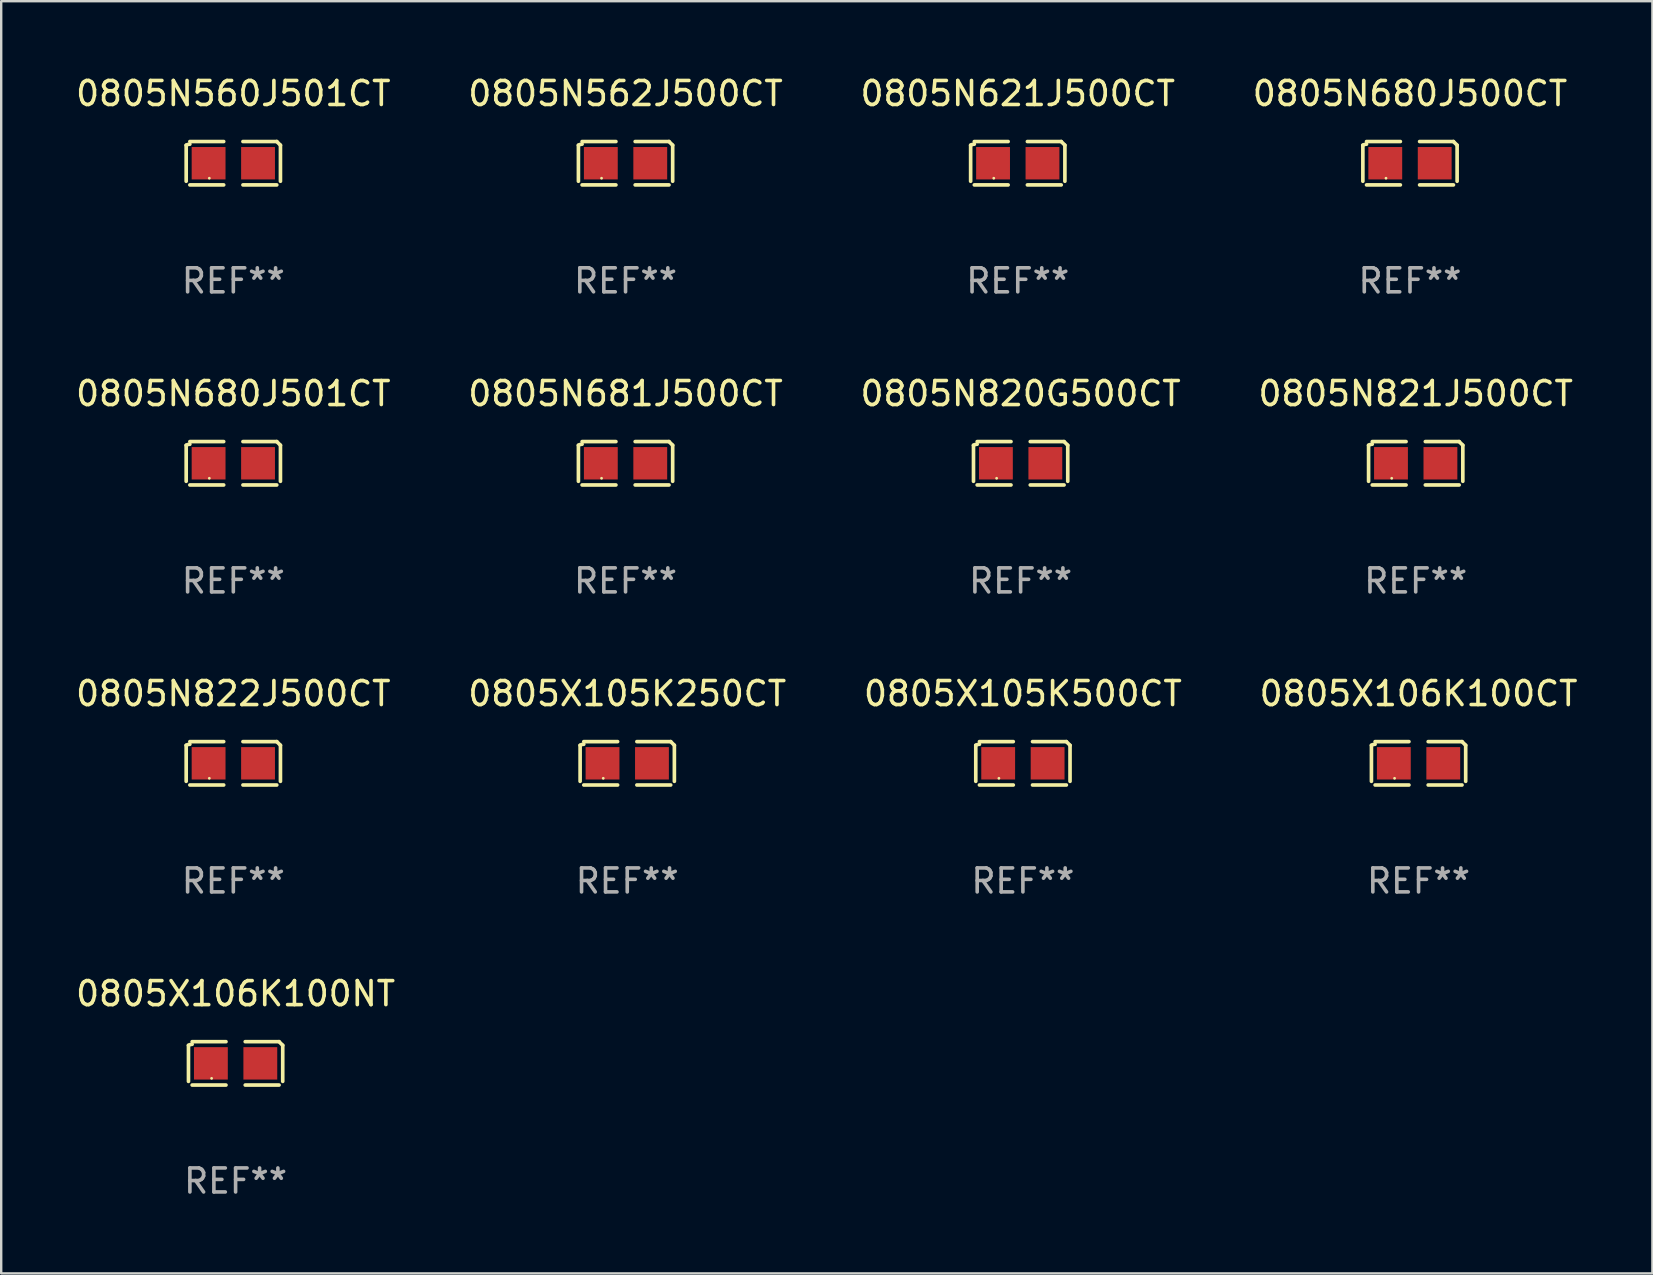
<source format=kicad_pcb>
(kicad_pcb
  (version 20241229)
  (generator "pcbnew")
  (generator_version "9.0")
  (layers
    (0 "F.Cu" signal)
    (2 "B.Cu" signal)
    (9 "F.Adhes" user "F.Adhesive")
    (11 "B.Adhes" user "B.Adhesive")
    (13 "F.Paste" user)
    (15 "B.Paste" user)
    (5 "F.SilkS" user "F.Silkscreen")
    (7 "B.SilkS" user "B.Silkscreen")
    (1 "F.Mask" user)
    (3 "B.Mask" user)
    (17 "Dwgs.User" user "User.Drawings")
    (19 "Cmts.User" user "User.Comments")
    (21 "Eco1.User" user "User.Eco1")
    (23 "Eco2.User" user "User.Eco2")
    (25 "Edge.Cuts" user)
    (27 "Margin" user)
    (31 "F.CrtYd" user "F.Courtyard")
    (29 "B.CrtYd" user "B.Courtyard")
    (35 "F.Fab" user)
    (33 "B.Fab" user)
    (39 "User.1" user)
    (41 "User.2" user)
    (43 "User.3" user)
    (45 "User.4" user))
  (footprint "0805N820G500CT"
    (layer "F.Cu")
    (at 39.482 16.256)
    (property "Reference" "0805N820G500CT" (at 0 -2.904 0) (layer "F.SilkS") (effects (font (size 1 1) (thickness 0.15))))
    (attr through_hole)
    (fp_line (start -1.964 0.751) (end -1.964 -0.751) (stroke (width 0.152) (type solid)) (layer "F.SilkS"))
    (fp_line (start -1.811 -0.904) (end -0.401 -0.904) (stroke (width 0.152) (type solid)) (layer "F.SilkS"))
    (fp_line (start -0.401 0.904) (end -1.811 0.904) (stroke (width 0.152) (type solid)) (layer "F.SilkS"))
    (fp_line (start 0.401 0.904) (end 1.811 0.904) (stroke (width 0.152) (type solid)) (layer "F.SilkS"))
    (fp_line (start 1.811 -0.904) (end 0.401 -0.904) (stroke (width 0.152) (type solid)) (layer "F.SilkS"))
    (fp_line (start 1.964 0.751) (end 1.964 -0.751) (stroke (width 0.152) (type solid)) (layer "F.SilkS"))
    (fp_arc (start -1.963602 -0.751207) (mid -1.890354 -0.783131) (end -1.811201 -0.794044) (stroke (width 0.1524) (type solid)) (layer "F.SilkS"))
    (fp_arc (start 1.811202 -0.903607) (mid 1.887413 -0.827418) (end 1.963602 -0.751207) (stroke (width 0.1524) (type solid)) (layer "F.SilkS"))
    (fp_circle (center -1 0.625) (end -0.97 0.625) (stroke (width 0.06) (type solid)) (fill no) (layer "F.SilkS"))
    (fp_text user "REF**" (at 0 4.904 0) (layer "F.Fab") (effects (font (size 1 1) (thickness 0.15))))
    (pad "1" smd rect (at -1.03 0) (size 1.41 1.35) (layers "F.Cu" "F.Mask" "F.Paste"))
    (pad "2" smd rect (at 1.03 0) (size 1.41 1.35) (layers "F.Cu" "F.Mask" "F.Paste")))
  (footprint "0805X105K250CT"
    (layer "F.Cu")
    (at 23.089 28.759)
    (property "Reference" "0805X105K250CT" (at 0 -2.904 0) (layer "F.SilkS") (effects (font (size 1 1) (thickness 0.15))))
    (attr through_hole)
    (fp_line (start -1.964 0.751) (end -1.964 -0.751) (stroke (width 0.152) (type solid)) (layer "F.SilkS"))
    (fp_line (start -1.811 -0.904) (end -0.401 -0.904) (stroke (width 0.152) (type solid)) (layer "F.SilkS"))
    (fp_line (start -0.401 0.904) (end -1.811 0.904) (stroke (width 0.152) (type solid)) (layer "F.SilkS"))
    (fp_line (start 0.401 0.904) (end 1.811 0.904) (stroke (width 0.152) (type solid)) (layer "F.SilkS"))
    (fp_line (start 1.811 -0.904) (end 0.401 -0.904) (stroke (width 0.152) (type solid)) (layer "F.SilkS"))
    (fp_line (start 1.964 0.751) (end 1.964 -0.751) (stroke (width 0.152) (type solid)) (layer "F.SilkS"))
    (fp_arc (start -1.963602 -0.751207) (mid -1.890354 -0.783131) (end -1.811201 -0.794044) (stroke (width 0.1524) (type solid)) (layer "F.SilkS"))
    (fp_arc (start 1.811202 -0.903607) (mid 1.887413 -0.827418) (end 1.963602 -0.751207) (stroke (width 0.1524) (type solid)) (layer "F.SilkS"))
    (fp_circle (center -1 0.625) (end -0.97 0.625) (stroke (width 0.06) (type solid)) (fill no) (layer "F.SilkS"))
    (fp_text user "REF**" (at 0 4.904 0) (layer "F.Fab") (effects (font (size 1 1) (thickness 0.15))))
    (pad "1" smd rect (at -1.03 0) (size 1.41 1.35) (layers "F.Cu" "F.Mask" "F.Paste"))
    (pad "2" smd rect (at 1.03 0) (size 1.41 1.35) (layers "F.Cu" "F.Mask" "F.Paste")))
  (footprint "0805N821J500CT"
    (layer "F.Cu")
    (at 55.946 16.256)
    (property "Reference" "0805N821J500CT" (at 0 -2.904 0) (layer "F.SilkS") (effects (font (size 1 1) (thickness 0.15))))
    (attr through_hole)
    (fp_line (start -1.964 0.751) (end -1.964 -0.751) (stroke (width 0.152) (type solid)) (layer "F.SilkS"))
    (fp_line (start -1.811 -0.904) (end -0.401 -0.904) (stroke (width 0.152) (type solid)) (layer "F.SilkS"))
    (fp_line (start -0.401 0.904) (end -1.811 0.904) (stroke (width 0.152) (type solid)) (layer "F.SilkS"))
    (fp_line (start 0.401 0.904) (end 1.811 0.904) (stroke (width 0.152) (type solid)) (layer "F.SilkS"))
    (fp_line (start 1.811 -0.904) (end 0.401 -0.904) (stroke (width 0.152) (type solid)) (layer "F.SilkS"))
    (fp_line (start 1.964 0.751) (end 1.964 -0.751) (stroke (width 0.152) (type solid)) (layer "F.SilkS"))
    (fp_arc (start -1.963602 -0.751207) (mid -1.890354 -0.783131) (end -1.811201 -0.794044) (stroke (width 0.1524) (type solid)) (layer "F.SilkS"))
    (fp_arc (start 1.811202 -0.903607) (mid 1.887413 -0.827418) (end 1.963602 -0.751207) (stroke (width 0.1524) (type solid)) (layer "F.SilkS"))
    (fp_circle (center -1 0.625) (end -0.97 0.625) (stroke (width 0.06) (type solid)) (fill no) (layer "F.SilkS"))
    (fp_text user "REF**" (at 0 4.904 0) (layer "F.Fab") (effects (font (size 1 1) (thickness 0.15))))
    (pad "1" smd rect (at -1.03 0) (size 1.41 1.35) (layers "F.Cu" "F.Mask" "F.Paste"))
    (pad "2" smd rect (at 1.03 0) (size 1.41 1.35) (layers "F.Cu" "F.Mask" "F.Paste")))
  (footprint "0805X106K100NT"
    (layer "F.Cu")
    (at 6.768 41.263)
    (property "Reference" "0805X106K100NT" (at 0 -2.904 0) (layer "F.SilkS") (effects (font (size 1 1) (thickness 0.15))))
    (attr through_hole)
    (fp_line (start -1.964 0.751) (end -1.964 -0.751) (stroke (width 0.152) (type solid)) (layer "F.SilkS"))
    (fp_line (start -1.811 -0.904) (end -0.401 -0.904) (stroke (width 0.152) (type solid)) (layer "F.SilkS"))
    (fp_line (start -0.401 0.904) (end -1.811 0.904) (stroke (width 0.152) (type solid)) (layer "F.SilkS"))
    (fp_line (start 0.401 0.904) (end 1.811 0.904) (stroke (width 0.152) (type solid)) (layer "F.SilkS"))
    (fp_line (start 1.811 -0.904) (end 0.401 -0.904) (stroke (width 0.152) (type solid)) (layer "F.SilkS"))
    (fp_line (start 1.964 0.751) (end 1.964 -0.751) (stroke (width 0.152) (type solid)) (layer "F.SilkS"))
    (fp_arc (start -1.963602 -0.751207) (mid -1.890354 -0.783131) (end -1.811201 -0.794044) (stroke (width 0.1524) (type solid)) (layer "F.SilkS"))
    (fp_arc (start 1.811202 -0.903607) (mid 1.887413 -0.827418) (end 1.963602 -0.751207) (stroke (width 0.1524) (type solid)) (layer "F.SilkS"))
    (fp_circle (center -1 0.625) (end -0.97 0.625) (stroke (width 0.06) (type solid)) (fill no) (layer "F.SilkS"))
    (fp_text user "REF**" (at 0 4.904 0) (layer "F.Fab") (effects (font (size 1 1) (thickness 0.15))))
    (pad "1" smd rect (at -1.03 0) (size 1.41 1.35) (layers "F.Cu" "F.Mask" "F.Paste"))
    (pad "2" smd rect (at 1.03 0) (size 1.41 1.35) (layers "F.Cu" "F.Mask" "F.Paste")))
  (footprint "0805N680J500CT"
    (layer "F.Cu")
    (at 55.708 3.752)
    (property "Reference" "0805N680J500CT" (at 0 -2.904 0) (layer "F.SilkS") (effects (font (size 1 1) (thickness 0.15))))
    (attr through_hole)
    (fp_line (start -1.964 0.751) (end -1.964 -0.751) (stroke (width 0.152) (type solid)) (layer "F.SilkS"))
    (fp_line (start -1.811 -0.904) (end -0.401 -0.904) (stroke (width 0.152) (type solid)) (layer "F.SilkS"))
    (fp_line (start -0.401 0.904) (end -1.811 0.904) (stroke (width 0.152) (type solid)) (layer "F.SilkS"))
    (fp_line (start 0.401 0.904) (end 1.811 0.904) (stroke (width 0.152) (type solid)) (layer "F.SilkS"))
    (fp_line (start 1.811 -0.904) (end 0.401 -0.904) (stroke (width 0.152) (type solid)) (layer "F.SilkS"))
    (fp_line (start 1.964 0.751) (end 1.964 -0.751) (stroke (width 0.152) (type solid)) (layer "F.SilkS"))
    (fp_arc (start -1.963602 -0.751207) (mid -1.890354 -0.783131) (end -1.811201 -0.794044) (stroke (width 0.1524) (type solid)) (layer "F.SilkS"))
    (fp_arc (start 1.811202 -0.903607) (mid 1.887413 -0.827418) (end 1.963602 -0.751207) (stroke (width 0.1524) (type solid)) (layer "F.SilkS"))
    (fp_circle (center -1 0.625) (end -0.97 0.625) (stroke (width 0.06) (type solid)) (fill no) (layer "F.SilkS"))
    (fp_text user "REF**" (at 0 4.904 0) (layer "F.Fab") (effects (font (size 1 1) (thickness 0.15))))
    (pad "1" smd rect (at -1.03 0) (size 1.41 1.35) (layers "F.Cu" "F.Mask" "F.Paste"))
    (pad "2" smd rect (at 1.03 0) (size 1.41 1.35) (layers "F.Cu" "F.Mask" "F.Paste")))
  (footprint "0805X105K500CT"
    (layer "F.Cu")
    (at 39.577 28.759)
    (property "Reference" "0805X105K500CT" (at 0 -2.904 0) (layer "F.SilkS") (effects (font (size 1 1) (thickness 0.15))))
    (attr through_hole)
    (fp_line (start -1.964 0.751) (end -1.964 -0.751) (stroke (width 0.152) (type solid)) (layer "F.SilkS"))
    (fp_line (start -1.811 -0.904) (end -0.401 -0.904) (stroke (width 0.152) (type solid)) (layer "F.SilkS"))
    (fp_line (start -0.401 0.904) (end -1.811 0.904) (stroke (width 0.152) (type solid)) (layer "F.SilkS"))
    (fp_line (start 0.401 0.904) (end 1.811 0.904) (stroke (width 0.152) (type solid)) (layer "F.SilkS"))
    (fp_line (start 1.811 -0.904) (end 0.401 -0.904) (stroke (width 0.152) (type solid)) (layer "F.SilkS"))
    (fp_line (start 1.964 0.751) (end 1.964 -0.751) (stroke (width 0.152) (type solid)) (layer "F.SilkS"))
    (fp_arc (start -1.963602 -0.751207) (mid -1.890354 -0.783131) (end -1.811201 -0.794044) (stroke (width 0.1524) (type solid)) (layer "F.SilkS"))
    (fp_arc (start 1.811202 -0.903607) (mid 1.887413 -0.827418) (end 1.963602 -0.751207) (stroke (width 0.1524) (type solid)) (layer "F.SilkS"))
    (fp_circle (center -1 0.625) (end -0.97 0.625) (stroke (width 0.06) (type solid)) (fill no) (layer "F.SilkS"))
    (fp_text user "REF**" (at 0 4.904 0) (layer "F.Fab") (effects (font (size 1 1) (thickness 0.15))))
    (pad "1" smd rect (at -1.03 0) (size 1.41 1.35) (layers "F.Cu" "F.Mask" "F.Paste"))
    (pad "2" smd rect (at 1.03 0) (size 1.41 1.35) (layers "F.Cu" "F.Mask" "F.Paste")))
  (footprint "0805X106K100CT"
    (layer "F.Cu")
    (at 56.065 28.759)
    (property "Reference" "0805X106K100CT" (at 0 -2.904 0) (layer "F.SilkS") (effects (font (size 1 1) (thickness 0.15))))
    (attr through_hole)
    (fp_line (start -1.964 0.751) (end -1.964 -0.751) (stroke (width 0.152) (type solid)) (layer "F.SilkS"))
    (fp_line (start -1.811 -0.904) (end -0.401 -0.904) (stroke (width 0.152) (type solid)) (layer "F.SilkS"))
    (fp_line (start -0.401 0.904) (end -1.811 0.904) (stroke (width 0.152) (type solid)) (layer "F.SilkS"))
    (fp_line (start 0.401 0.904) (end 1.811 0.904) (stroke (width 0.152) (type solid)) (layer "F.SilkS"))
    (fp_line (start 1.811 -0.904) (end 0.401 -0.904) (stroke (width 0.152) (type solid)) (layer "F.SilkS"))
    (fp_line (start 1.964 0.751) (end 1.964 -0.751) (stroke (width 0.152) (type solid)) (layer "F.SilkS"))
    (fp_arc (start -1.963602 -0.751207) (mid -1.890354 -0.783131) (end -1.811201 -0.794044) (stroke (width 0.1524) (type solid)) (layer "F.SilkS"))
    (fp_arc (start 1.811202 -0.903607) (mid 1.887413 -0.827418) (end 1.963602 -0.751207) (stroke (width 0.1524) (type solid)) (layer "F.SilkS"))
    (fp_circle (center -1 0.625) (end -0.97 0.625) (stroke (width 0.06) (type solid)) (fill no) (layer "F.SilkS"))
    (fp_text user "REF**" (at 0 4.904 0) (layer "F.Fab") (effects (font (size 1 1) (thickness 0.15))))
    (pad "1" smd rect (at -1.03 0) (size 1.41 1.35) (layers "F.Cu" "F.Mask" "F.Paste"))
    (pad "2" smd rect (at 1.03 0) (size 1.41 1.35) (layers "F.Cu" "F.Mask" "F.Paste")))
  (footprint "0805N680J501CT"
    (layer "F.Cu")
    (at 6.673 16.256)
    (property "Reference" "0805N680J501CT" (at 0 -2.904 0) (layer "F.SilkS") (effects (font (size 1 1) (thickness 0.15))))
    (attr through_hole)
    (fp_line (start -1.964 0.751) (end -1.964 -0.751) (stroke (width 0.152) (type solid)) (layer "F.SilkS"))
    (fp_line (start -1.811 -0.904) (end -0.401 -0.904) (stroke (width 0.152) (type solid)) (layer "F.SilkS"))
    (fp_line (start -0.401 0.904) (end -1.811 0.904) (stroke (width 0.152) (type solid)) (layer "F.SilkS"))
    (fp_line (start 0.401 0.904) (end 1.811 0.904) (stroke (width 0.152) (type solid)) (layer "F.SilkS"))
    (fp_line (start 1.811 -0.904) (end 0.401 -0.904) (stroke (width 0.152) (type solid)) (layer "F.SilkS"))
    (fp_line (start 1.964 0.751) (end 1.964 -0.751) (stroke (width 0.152) (type solid)) (layer "F.SilkS"))
    (fp_arc (start -1.963602 -0.751207) (mid -1.890354 -0.783131) (end -1.811201 -0.794044) (stroke (width 0.1524) (type solid)) (layer "F.SilkS"))
    (fp_arc (start 1.811202 -0.903607) (mid 1.887413 -0.827418) (end 1.963602 -0.751207) (stroke (width 0.1524) (type solid)) (layer "F.SilkS"))
    (fp_circle (center -1 0.625) (end -0.97 0.625) (stroke (width 0.06) (type solid)) (fill no) (layer "F.SilkS"))
    (fp_text user "REF**" (at 0 4.904 0) (layer "F.Fab") (effects (font (size 1 1) (thickness 0.15))))
    (pad "1" smd rect (at -1.03 0) (size 1.41 1.35) (layers "F.Cu" "F.Mask" "F.Paste"))
    (pad "2" smd rect (at 1.03 0) (size 1.41 1.35) (layers "F.Cu" "F.Mask" "F.Paste")))
  (footprint "0805N621J500CT"
    (layer "F.Cu")
    (at 39.363 3.752)
    (property "Reference" "0805N621J500CT" (at 0 -2.904 0) (layer "F.SilkS") (effects (font (size 1 1) (thickness 0.15))))
    (attr through_hole)
    (fp_line (start -1.964 0.751) (end -1.964 -0.751) (stroke (width 0.152) (type solid)) (layer "F.SilkS"))
    (fp_line (start -1.811 -0.904) (end -0.401 -0.904) (stroke (width 0.152) (type solid)) (layer "F.SilkS"))
    (fp_line (start -0.401 0.904) (end -1.811 0.904) (stroke (width 0.152) (type solid)) (layer "F.SilkS"))
    (fp_line (start 0.401 0.904) (end 1.811 0.904) (stroke (width 0.152) (type solid)) (layer "F.SilkS"))
    (fp_line (start 1.811 -0.904) (end 0.401 -0.904) (stroke (width 0.152) (type solid)) (layer "F.SilkS"))
    (fp_line (start 1.964 0.751) (end 1.964 -0.751) (stroke (width 0.152) (type solid)) (layer "F.SilkS"))
    (fp_arc (start -1.963602 -0.751207) (mid -1.890354 -0.783131) (end -1.811201 -0.794044) (stroke (width 0.1524) (type solid)) (layer "F.SilkS"))
    (fp_arc (start 1.811202 -0.903607) (mid 1.887413 -0.827418) (end 1.963602 -0.751207) (stroke (width 0.1524) (type solid)) (layer "F.SilkS"))
    (fp_circle (center -1 0.625) (end -0.97 0.625) (stroke (width 0.06) (type solid)) (fill no) (layer "F.SilkS"))
    (fp_text user "REF**" (at 0 4.904 0) (layer "F.Fab") (effects (font (size 1 1) (thickness 0.15))))
    (pad "1" smd rect (at -1.03 0) (size 1.41 1.35) (layers "F.Cu" "F.Mask" "F.Paste"))
    (pad "2" smd rect (at 1.03 0) (size 1.41 1.35) (layers "F.Cu" "F.Mask" "F.Paste")))
  (footprint "0805N681J500CT"
    (layer "F.Cu")
    (at 23.018 16.256)
    (property "Reference" "0805N681J500CT" (at 0 -2.904 0) (layer "F.SilkS") (effects (font (size 1 1) (thickness 0.15))))
    (attr through_hole)
    (fp_line (start -1.964 0.751) (end -1.964 -0.751) (stroke (width 0.152) (type solid)) (layer "F.SilkS"))
    (fp_line (start -1.811 -0.904) (end -0.401 -0.904) (stroke (width 0.152) (type solid)) (layer "F.SilkS"))
    (fp_line (start -0.401 0.904) (end -1.811 0.904) (stroke (width 0.152) (type solid)) (layer "F.SilkS"))
    (fp_line (start 0.401 0.904) (end 1.811 0.904) (stroke (width 0.152) (type solid)) (layer "F.SilkS"))
    (fp_line (start 1.811 -0.904) (end 0.401 -0.904) (stroke (width 0.152) (type solid)) (layer "F.SilkS"))
    (fp_line (start 1.964 0.751) (end 1.964 -0.751) (stroke (width 0.152) (type solid)) (layer "F.SilkS"))
    (fp_arc (start -1.963602 -0.751207) (mid -1.890354 -0.783131) (end -1.811201 -0.794044) (stroke (width 0.1524) (type solid)) (layer "F.SilkS"))
    (fp_arc (start 1.811202 -0.903607) (mid 1.887413 -0.827418) (end 1.963602 -0.751207) (stroke (width 0.1524) (type solid)) (layer "F.SilkS"))
    (fp_circle (center -1 0.625) (end -0.97 0.625) (stroke (width 0.06) (type solid)) (fill no) (layer "F.SilkS"))
    (fp_text user "REF**" (at 0 4.904 0) (layer "F.Fab") (effects (font (size 1 1) (thickness 0.15))))
    (pad "1" smd rect (at -1.03 0) (size 1.41 1.35) (layers "F.Cu" "F.Mask" "F.Paste"))
    (pad "2" smd rect (at 1.03 0) (size 1.41 1.35) (layers "F.Cu" "F.Mask" "F.Paste")))
  (footprint "0805N822J500CT"
    (layer "F.Cu")
    (at 6.673 28.759)
    (property "Reference" "0805N822J500CT" (at 0 -2.904 0) (layer "F.SilkS") (effects (font (size 1 1) (thickness 0.15))))
    (attr through_hole)
    (fp_line (start -1.964 0.751) (end -1.964 -0.751) (stroke (width 0.152) (type solid)) (layer "F.SilkS"))
    (fp_line (start -1.811 -0.904) (end -0.401 -0.904) (stroke (width 0.152) (type solid)) (layer "F.SilkS"))
    (fp_line (start -0.401 0.904) (end -1.811 0.904) (stroke (width 0.152) (type solid)) (layer "F.SilkS"))
    (fp_line (start 0.401 0.904) (end 1.811 0.904) (stroke (width 0.152) (type solid)) (layer "F.SilkS"))
    (fp_line (start 1.811 -0.904) (end 0.401 -0.904) (stroke (width 0.152) (type solid)) (layer "F.SilkS"))
    (fp_line (start 1.964 0.751) (end 1.964 -0.751) (stroke (width 0.152) (type solid)) (layer "F.SilkS"))
    (fp_arc (start -1.963602 -0.751207) (mid -1.890354 -0.783131) (end -1.811201 -0.794044) (stroke (width 0.1524) (type solid)) (layer "F.SilkS"))
    (fp_arc (start 1.811202 -0.903607) (mid 1.887413 -0.827418) (end 1.963602 -0.751207) (stroke (width 0.1524) (type solid)) (layer "F.SilkS"))
    (fp_circle (center -1 0.625) (end -0.97 0.625) (stroke (width 0.06) (type solid)) (fill no) (layer "F.SilkS"))
    (fp_text user "REF**" (at 0 4.904 0) (layer "F.Fab") (effects (font (size 1 1) (thickness 0.15))))
    (pad "1" smd rect (at -1.03 0) (size 1.41 1.35) (layers "F.Cu" "F.Mask" "F.Paste"))
    (pad "2" smd rect (at 1.03 0) (size 1.41 1.35) (layers "F.Cu" "F.Mask" "F.Paste")))
  (footprint "0805N562J500CT"
    (layer "F.Cu")
    (at 23.018 3.752)
    (property "Reference" "0805N562J500CT" (at 0 -2.904 0) (layer "F.SilkS") (effects (font (size 1 1) (thickness 0.15))))
    (attr through_hole)
    (fp_line (start -1.964 0.751) (end -1.964 -0.751) (stroke (width 0.152) (type solid)) (layer "F.SilkS"))
    (fp_line (start -1.811 -0.904) (end -0.401 -0.904) (stroke (width 0.152) (type solid)) (layer "F.SilkS"))
    (fp_line (start -0.401 0.904) (end -1.811 0.904) (stroke (width 0.152) (type solid)) (layer "F.SilkS"))
    (fp_line (start 0.401 0.904) (end 1.811 0.904) (stroke (width 0.152) (type solid)) (layer "F.SilkS"))
    (fp_line (start 1.811 -0.904) (end 0.401 -0.904) (stroke (width 0.152) (type solid)) (layer "F.SilkS"))
    (fp_line (start 1.964 0.751) (end 1.964 -0.751) (stroke (width 0.152) (type solid)) (layer "F.SilkS"))
    (fp_arc (start -1.963602 -0.751207) (mid -1.890354 -0.783131) (end -1.811201 -0.794044) (stroke (width 0.1524) (type solid)) (layer "F.SilkS"))
    (fp_arc (start 1.811202 -0.903607) (mid 1.887413 -0.827418) (end 1.963602 -0.751207) (stroke (width 0.1524) (type solid)) (layer "F.SilkS"))
    (fp_circle (center -1 0.625) (end -0.97 0.625) (stroke (width 0.06) (type solid)) (fill no) (layer "F.SilkS"))
    (fp_text user "REF**" (at 0 4.904 0) (layer "F.Fab") (effects (font (size 1 1) (thickness 0.15))))
    (pad "1" smd rect (at -1.03 0) (size 1.41 1.35) (layers "F.Cu" "F.Mask" "F.Paste"))
    (pad "2" smd rect (at 1.03 0) (size 1.41 1.35) (layers "F.Cu" "F.Mask" "F.Paste")))
  (footprint "0805N560J501CT"
    (layer "F.Cu")
    (at 6.673 3.752)
    (property "Reference" "0805N560J501CT" (at 0 -2.904 0) (layer "F.SilkS") (effects (font (size 1 1) (thickness 0.15))))
    (attr through_hole)
    (fp_line (start -1.964 0.751) (end -1.964 -0.751) (stroke (width 0.152) (type solid)) (layer "F.SilkS"))
    (fp_line (start -1.811 -0.904) (end -0.401 -0.904) (stroke (width 0.152) (type solid)) (layer "F.SilkS"))
    (fp_line (start -0.401 0.904) (end -1.811 0.904) (stroke (width 0.152) (type solid)) (layer "F.SilkS"))
    (fp_line (start 0.401 0.904) (end 1.811 0.904) (stroke (width 0.152) (type solid)) (layer "F.SilkS"))
    (fp_line (start 1.811 -0.904) (end 0.401 -0.904) (stroke (width 0.152) (type solid)) (layer "F.SilkS"))
    (fp_line (start 1.964 0.751) (end 1.964 -0.751) (stroke (width 0.152) (type solid)) (layer "F.SilkS"))
    (fp_arc (start -1.963602 -0.751207) (mid -1.890354 -0.783131) (end -1.811201 -0.794044) (stroke (width 0.1524) (type solid)) (layer "F.SilkS"))
    (fp_arc (start 1.811202 -0.903607) (mid 1.887413 -0.827418) (end 1.963602 -0.751207) (stroke (width 0.1524) (type solid)) (layer "F.SilkS"))
    (fp_circle (center -1 0.625) (end -0.97 0.625) (stroke (width 0.06) (type solid)) (fill no) (layer "F.SilkS"))
    (fp_text user "REF**" (at 0 4.904 0) (layer "F.Fab") (effects (font (size 1 1) (thickness 0.15))))
    (pad "1" smd rect (at -1.03 0) (size 1.41 1.35) (layers "F.Cu" "F.Mask" "F.Paste"))
    (pad "2" smd rect (at 1.03 0) (size 1.41 1.35) (layers "F.Cu" "F.Mask" "F.Paste")))
  (gr_rect
    (start -3 -3)
    (end 65.81 50.015)
    (stroke (width 0.1) (type default))
    (fill no)
    (layer "Edge.Cuts")))
</source>
